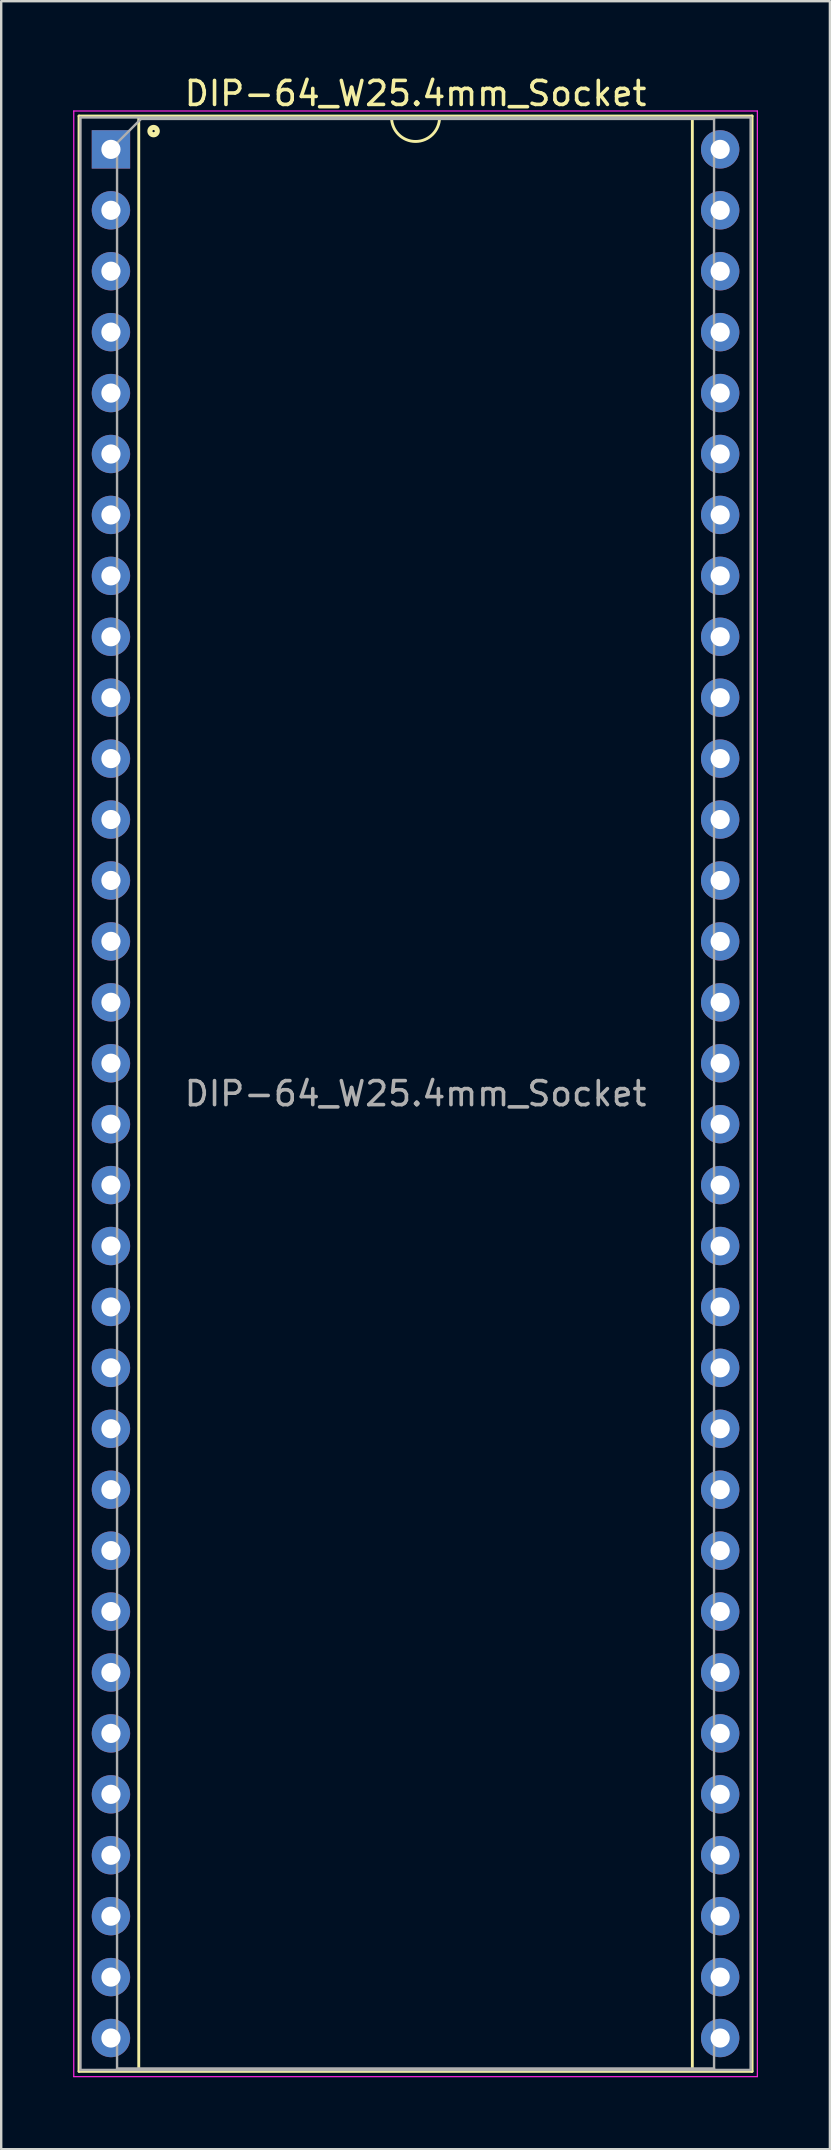
<source format=kicad_pcb>
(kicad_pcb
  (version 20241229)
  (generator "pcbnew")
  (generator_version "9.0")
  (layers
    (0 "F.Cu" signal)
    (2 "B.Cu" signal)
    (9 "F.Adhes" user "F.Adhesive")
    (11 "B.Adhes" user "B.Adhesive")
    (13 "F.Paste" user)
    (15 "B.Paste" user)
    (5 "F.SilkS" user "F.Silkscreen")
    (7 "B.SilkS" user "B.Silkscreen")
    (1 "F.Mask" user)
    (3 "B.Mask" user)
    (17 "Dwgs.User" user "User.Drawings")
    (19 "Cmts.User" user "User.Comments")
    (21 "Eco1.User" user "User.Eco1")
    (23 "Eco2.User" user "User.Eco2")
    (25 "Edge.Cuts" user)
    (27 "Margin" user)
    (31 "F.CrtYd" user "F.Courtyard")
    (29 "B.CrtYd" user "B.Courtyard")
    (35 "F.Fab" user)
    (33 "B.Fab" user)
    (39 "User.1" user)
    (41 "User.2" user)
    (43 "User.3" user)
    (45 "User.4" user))
  (footprint "DIP-64_W25.4mm_Socket"
    (layer "F.Cu")
    (at 1.575 3.178)
    (property "Reference" "DIP-64_W25.4mm_Socket" (at 12.7 -2.33 0) (layer "F.SilkS") (effects (font (size 1 1) (thickness 0.15))))
    (attr through_hole)
    (fp_line (start -1.33 -1.39) (end -1.33 80.13) (stroke (width 0.12) (type solid)) (layer "F.SilkS"))
    (fp_line (start -1.33 80.13) (end 26.73 80.13) (stroke (width 0.12) (type solid)) (layer "F.SilkS"))
    (fp_line (start 1.16 -1.33) (end 1.16 80.07) (stroke (width 0.12) (type solid)) (layer "F.SilkS"))
    (fp_line (start 1.16 80.07) (end 24.24 80.07) (stroke (width 0.12) (type solid)) (layer "F.SilkS"))
    (fp_line (start 11.7 -1.33) (end 1.16 -1.33) (stroke (width 0.12) (type solid)) (layer "F.SilkS"))
    (fp_line (start 24.24 -1.33) (end 13.7 -1.33) (stroke (width 0.12) (type solid)) (layer "F.SilkS"))
    (fp_line (start 24.24 80.07) (end 24.24 -1.33) (stroke (width 0.12) (type solid)) (layer "F.SilkS"))
    (fp_line (start 26.73 -1.39) (end -1.33 -1.39) (stroke (width 0.12) (type solid)) (layer "F.SilkS"))
    (fp_line (start 26.73 80.13) (end 26.73 -1.39) (stroke (width 0.12) (type solid)) (layer "F.SilkS"))
    (fp_arc (start 13.7 -1.33) (mid 12.7 -0.33) (end 11.7 -1.33) (stroke (width 0.12) (type solid)) (layer "F.SilkS"))
    (fp_circle (center 1.778 -0.762) (end 1.828 -0.762) (stroke (width 0.12) (type solid)) (fill no) (layer "F.SilkS"))
    (fp_circle (center 1.778 -0.762) (end 1.903 -0.762) (stroke (width 0.12) (type solid)) (fill no) (layer "F.SilkS"))
    (fp_circle (center 1.778 -0.762) (end 1.978 -0.762) (stroke (width 0.12) (type solid)) (fill no) (layer "F.SilkS"))
    (fp_line (start -1.55 -1.6) (end -1.55 80.35) (stroke (width 0.05) (type solid)) (layer "F.CrtYd"))
    (fp_line (start -1.55 80.35) (end 26.95 80.35) (stroke (width 0.05) (type solid)) (layer "F.CrtYd"))
    (fp_line (start 26.95 -1.6) (end -1.55 -1.6) (stroke (width 0.05) (type solid)) (layer "F.CrtYd"))
    (fp_line (start 26.95 80.35) (end 26.95 -1.6) (stroke (width 0.05) (type solid)) (layer "F.CrtYd"))
    (fp_line (start -1.27 -1.33) (end -1.27 80.07) (stroke (width 0.1) (type solid)) (layer "F.Fab"))
    (fp_line (start -1.27 80.07) (end 26.67 80.07) (stroke (width 0.1) (type solid)) (layer "F.Fab"))
    (fp_line (start 0.255 -0.27) (end 1.255 -1.27) (stroke (width 0.1) (type solid)) (layer "F.Fab"))
    (fp_line (start 0.255 80.01) (end 0.255 -0.27) (stroke (width 0.1) (type solid)) (layer "F.Fab"))
    (fp_line (start 1.255 -1.27) (end 25.145 -1.27) (stroke (width 0.1) (type solid)) (layer "F.Fab"))
    (fp_line (start 25.145 -1.27) (end 25.145 80.01) (stroke (width 0.1) (type solid)) (layer "F.Fab"))
    (fp_line (start 25.145 80.01) (end 0.255 80.01) (stroke (width 0.1) (type solid)) (layer "F.Fab"))
    (fp_line (start 26.67 -1.33) (end -1.27 -1.33) (stroke (width 0.1) (type solid)) (layer "F.Fab"))
    (fp_line (start 26.67 80.07) (end 26.67 -1.33) (stroke (width 0.1) (type solid)) (layer "F.Fab"))
    (fp_text user "${REFERENCE}" (at 12.7 39.37 0) (layer "F.Fab") (effects (font (size 1 1) (thickness 0.15))))
    (pad "1" thru_hole rect (at 0 0) (size 1.6 1.6) (drill 0.8) (layers "*.Cu" "*.Mask"))
    (pad "2" thru_hole oval (at 0 2.54) (size 1.6 1.6) (drill 0.8) (layers "*.Cu" "*.Mask"))
    (pad "3" thru_hole oval (at 0 5.08) (size 1.6 1.6) (drill 0.8) (layers "*.Cu" "*.Mask"))
    (pad "4" thru_hole oval (at 0 7.62) (size 1.6 1.6) (drill 0.8) (layers "*.Cu" "*.Mask"))
    (pad "5" thru_hole oval (at 0 10.16) (size 1.6 1.6) (drill 0.8) (layers "*.Cu" "*.Mask"))
    (pad "6" thru_hole oval (at 0 12.7) (size 1.6 1.6) (drill 0.8) (layers "*.Cu" "*.Mask"))
    (pad "7" thru_hole oval (at 0 15.24) (size 1.6 1.6) (drill 0.8) (layers "*.Cu" "*.Mask"))
    (pad "8" thru_hole oval (at 0 17.78) (size 1.6 1.6) (drill 0.8) (layers "*.Cu" "*.Mask"))
    (pad "9" thru_hole oval (at 0 20.32) (size 1.6 1.6) (drill 0.8) (layers "*.Cu" "*.Mask"))
    (pad "10" thru_hole oval (at 0 22.86) (size 1.6 1.6) (drill 0.8) (layers "*.Cu" "*.Mask"))
    (pad "11" thru_hole oval (at 0 25.4) (size 1.6 1.6) (drill 0.8) (layers "*.Cu" "*.Mask"))
    (pad "12" thru_hole oval (at 0 27.94) (size 1.6 1.6) (drill 0.8) (layers "*.Cu" "*.Mask"))
    (pad "13" thru_hole oval (at 0 30.48) (size 1.6 1.6) (drill 0.8) (layers "*.Cu" "*.Mask"))
    (pad "14" thru_hole oval (at 0 33.02) (size 1.6 1.6) (drill 0.8) (layers "*.Cu" "*.Mask"))
    (pad "15" thru_hole oval (at 0 35.56) (size 1.6 1.6) (drill 0.8) (layers "*.Cu" "*.Mask"))
    (pad "16" thru_hole oval (at 0 38.1) (size 1.6 1.6) (drill 0.8) (layers "*.Cu" "*.Mask"))
    (pad "17" thru_hole oval (at 0 40.64) (size 1.6 1.6) (drill 0.8) (layers "*.Cu" "*.Mask"))
    (pad "18" thru_hole oval (at 0 43.18) (size 1.6 1.6) (drill 0.8) (layers "*.Cu" "*.Mask"))
    (pad "19" thru_hole oval (at 0 45.72) (size 1.6 1.6) (drill 0.8) (layers "*.Cu" "*.Mask"))
    (pad "20" thru_hole oval (at 0 48.26) (size 1.6 1.6) (drill 0.8) (layers "*.Cu" "*.Mask"))
    (pad "21" thru_hole oval (at 0 50.8) (size 1.6 1.6) (drill 0.8) (layers "*.Cu" "*.Mask"))
    (pad "22" thru_hole oval (at 0 53.34) (size 1.6 1.6) (drill 0.8) (layers "*.Cu" "*.Mask"))
    (pad "23" thru_hole oval (at 0 55.88) (size 1.6 1.6) (drill 0.8) (layers "*.Cu" "*.Mask"))
    (pad "24" thru_hole oval (at 0 58.42) (size 1.6 1.6) (drill 0.8) (layers "*.Cu" "*.Mask"))
    (pad "25" thru_hole oval (at 0 60.96) (size 1.6 1.6) (drill 0.8) (layers "*.Cu" "*.Mask"))
    (pad "26" thru_hole oval (at 0 63.5) (size 1.6 1.6) (drill 0.8) (layers "*.Cu" "*.Mask"))
    (pad "27" thru_hole oval (at 0 66.04) (size 1.6 1.6) (drill 0.8) (layers "*.Cu" "*.Mask"))
    (pad "28" thru_hole oval (at 0 68.58) (size 1.6 1.6) (drill 0.8) (layers "*.Cu" "*.Mask"))
    (pad "29" thru_hole oval (at 0 71.12) (size 1.6 1.6) (drill 0.8) (layers "*.Cu" "*.Mask"))
    (pad "30" thru_hole oval (at 0 73.66) (size 1.6 1.6) (drill 0.8) (layers "*.Cu" "*.Mask"))
    (pad "31" thru_hole oval (at 0 76.2) (size 1.6 1.6) (drill 0.8) (layers "*.Cu" "*.Mask"))
    (pad "32" thru_hole oval (at 0 78.74) (size 1.6 1.6) (drill 0.8) (layers "*.Cu" "*.Mask"))
    (pad "33" thru_hole oval (at 25.4 78.74) (size 1.6 1.6) (drill 0.8) (layers "*.Cu" "*.Mask"))
    (pad "34" thru_hole oval (at 25.4 76.2) (size 1.6 1.6) (drill 0.8) (layers "*.Cu" "*.Mask"))
    (pad "35" thru_hole oval (at 25.4 73.66) (size 1.6 1.6) (drill 0.8) (layers "*.Cu" "*.Mask"))
    (pad "36" thru_hole oval (at 25.4 71.12) (size 1.6 1.6) (drill 0.8) (layers "*.Cu" "*.Mask"))
    (pad "37" thru_hole oval (at 25.4 68.58) (size 1.6 1.6) (drill 0.8) (layers "*.Cu" "*.Mask"))
    (pad "38" thru_hole oval (at 25.4 66.04) (size 1.6 1.6) (drill 0.8) (layers "*.Cu" "*.Mask"))
    (pad "39" thru_hole oval (at 25.4 63.5) (size 1.6 1.6) (drill 0.8) (layers "*.Cu" "*.Mask"))
    (pad "40" thru_hole oval (at 25.4 60.96) (size 1.6 1.6) (drill 0.8) (layers "*.Cu" "*.Mask"))
    (pad "41" thru_hole oval (at 25.4 58.42) (size 1.6 1.6) (drill 0.8) (layers "*.Cu" "*.Mask"))
    (pad "42" thru_hole oval (at 25.4 55.88) (size 1.6 1.6) (drill 0.8) (layers "*.Cu" "*.Mask"))
    (pad "43" thru_hole oval (at 25.4 53.34) (size 1.6 1.6) (drill 0.8) (layers "*.Cu" "*.Mask"))
    (pad "44" thru_hole oval (at 25.4 50.8) (size 1.6 1.6) (drill 0.8) (layers "*.Cu" "*.Mask"))
    (pad "45" thru_hole oval (at 25.4 48.26) (size 1.6 1.6) (drill 0.8) (layers "*.Cu" "*.Mask"))
    (pad "46" thru_hole oval (at 25.4 45.72) (size 1.6 1.6) (drill 0.8) (layers "*.Cu" "*.Mask"))
    (pad "47" thru_hole oval (at 25.4 43.18) (size 1.6 1.6) (drill 0.8) (layers "*.Cu" "*.Mask"))
    (pad "48" thru_hole oval (at 25.4 40.64) (size 1.6 1.6) (drill 0.8) (layers "*.Cu" "*.Mask"))
    (pad "49" thru_hole oval (at 25.4 38.1) (size 1.6 1.6) (drill 0.8) (layers "*.Cu" "*.Mask"))
    (pad "50" thru_hole oval (at 25.4 35.56) (size 1.6 1.6) (drill 0.8) (layers "*.Cu" "*.Mask"))
    (pad "51" thru_hole oval (at 25.4 33.02) (size 1.6 1.6) (drill 0.8) (layers "*.Cu" "*.Mask"))
    (pad "52" thru_hole oval (at 25.4 30.48) (size 1.6 1.6) (drill 0.8) (layers "*.Cu" "*.Mask"))
    (pad "53" thru_hole oval (at 25.4 27.94) (size 1.6 1.6) (drill 0.8) (layers "*.Cu" "*.Mask"))
    (pad "54" thru_hole oval (at 25.4 25.4) (size 1.6 1.6) (drill 0.8) (layers "*.Cu" "*.Mask"))
    (pad "55" thru_hole oval (at 25.4 22.86) (size 1.6 1.6) (drill 0.8) (layers "*.Cu" "*.Mask"))
    (pad "56" thru_hole oval (at 25.4 20.32) (size 1.6 1.6) (drill 0.8) (layers "*.Cu" "*.Mask"))
    (pad "57" thru_hole oval (at 25.4 17.78) (size 1.6 1.6) (drill 0.8) (layers "*.Cu" "*.Mask"))
    (pad "58" thru_hole oval (at 25.4 15.24) (size 1.6 1.6) (drill 0.8) (layers "*.Cu" "*.Mask"))
    (pad "59" thru_hole oval (at 25.4 12.7) (size 1.6 1.6) (drill 0.8) (layers "*.Cu" "*.Mask"))
    (pad "60" thru_hole oval (at 25.4 10.16) (size 1.6 1.6) (drill 0.8) (layers "*.Cu" "*.Mask"))
    (pad "61" thru_hole oval (at 25.4 7.62) (size 1.6 1.6) (drill 0.8) (layers "*.Cu" "*.Mask"))
    (pad "62" thru_hole oval (at 25.4 5.08) (size 1.6 1.6) (drill 0.8) (layers "*.Cu" "*.Mask"))
    (pad "63" thru_hole oval (at 25.4 2.54) (size 1.6 1.6) (drill 0.8) (layers "*.Cu" "*.Mask"))
    (pad "64" thru_hole oval (at 25.4 0) (size 1.6 1.6) (drill 0.8) (layers "*.Cu" "*.Mask")))
  (gr_rect
    (start -3 -3)
    (end 31.55 86.553)
    (stroke (width 0.1) (type default))
    (fill no)
    (layer "Edge.Cuts")))
</source>
